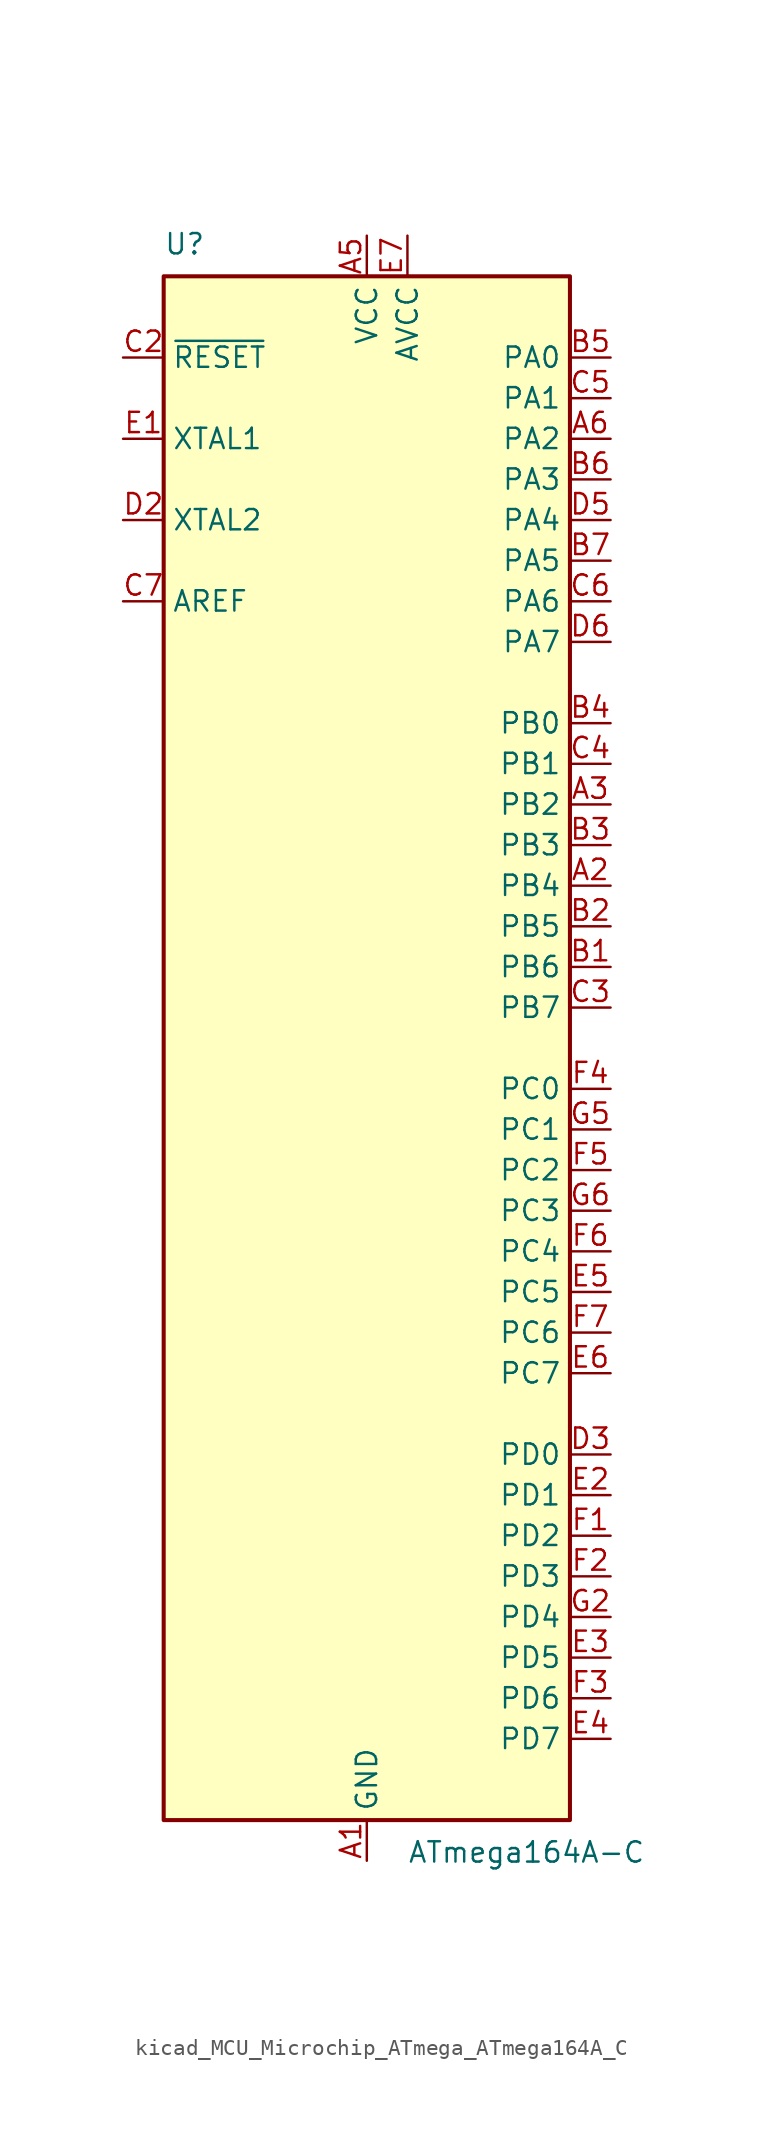
<source format=kicad_sym>
(kicad_symbol_lib
  (version 20220914)
  (generator kicad_symbol_editor)
  (symbol "kicad_MCU_Microchip_ATmega_ATmega164A_C"
    (property "Reference" "U"
      (at -12.7 49.53 0)
      (effects (font (size 1.27 1.27)) (justify left bottom)))
    (property "Value" "ATmega164A-C"
      (at 2.54 -49.53 0)
      (effects (font (size 1.27 1.27)) (justify left top)))
    (symbol "kicad_MCU_Microchip_ATmega_ATmega164A_C_0_1"
      (rectangle (start -12.7 -48.26) (end 12.7 48.26) (stroke (width 0.254) (type default)) (fill (type background))))
    (symbol "kicad_MCU_Microchip_ATmega_ATmega164A_C_1_1"
      (pin power_in line (at 0 -50.8 90) (length 2.54) (name "GND" (effects (font (size 1.27 1.27)))) (number "A1" (effects (font (size 1.27 1.27)))))
      (pin bidirectional line (at 15.24 10.16 180) (length 2.54) (name "PB4" (effects (font (size 1.27 1.27)))) (number "A2" (effects (font (size 1.27 1.27)))))
      (pin bidirectional line (at 15.24 15.24 180) (length 2.54) (name "PB2" (effects (font (size 1.27 1.27)))) (number "A3" (effects (font (size 1.27 1.27)))))
      (pin passive line (at 0 -50.8 90) (length 2.54) hide (name "GND" (effects (font (size 1.27 1.27)))) (number "A4" (effects (font (size 1.27 1.27)))))
      (pin power_in line (at 0 50.8 270) (length 2.54) (name "VCC" (effects (font (size 1.27 1.27)))) (number "A5" (effects (font (size 1.27 1.27)))))
      (pin bidirectional line (at 15.24 38.1 180) (length 2.54) (name "PA2" (effects (font (size 1.27 1.27)))) (number "A6" (effects (font (size 1.27 1.27)))))
      (pin passive line (at 0 -50.8 90) (length 2.54) hide (name "GND" (effects (font (size 1.27 1.27)))) (number "A7" (effects (font (size 1.27 1.27)))))
      (pin bidirectional line (at 15.24 5.08 180) (length 2.54) (name "PB6" (effects (font (size 1.27 1.27)))) (number "B1" (effects (font (size 1.27 1.27)))))
      (pin bidirectional line (at 15.24 7.62 180) (length 2.54) (name "PB5" (effects (font (size 1.27 1.27)))) (number "B2" (effects (font (size 1.27 1.27)))))
      (pin bidirectional line (at 15.24 12.7 180) (length 2.54) (name "PB3" (effects (font (size 1.27 1.27)))) (number "B3" (effects (font (size 1.27 1.27)))))
      (pin bidirectional line (at 15.24 20.32 180) (length 2.54) (name "PB0" (effects (font (size 1.27 1.27)))) (number "B4" (effects (font (size 1.27 1.27)))))
      (pin bidirectional line (at 15.24 43.18 180) (length 2.54) (name "PA0" (effects (font (size 1.27 1.27)))) (number "B5" (effects (font (size 1.27 1.27)))))
      (pin bidirectional line (at 15.24 35.56 180) (length 2.54) (name "PA3" (effects (font (size 1.27 1.27)))) (number "B6" (effects (font (size 1.27 1.27)))))
      (pin bidirectional line (at 15.24 30.48 180) (length 2.54) (name "PA5" (effects (font (size 1.27 1.27)))) (number "B7" (effects (font (size 1.27 1.27)))))
      (pin passive line (at 0 50.8 270) (length 2.54) hide (name "VCC" (effects (font (size 1.27 1.27)))) (number "C1" (effects (font (size 1.27 1.27)))))
      (pin input line (at -15.24 43.18 0) (length 2.54) (name "~{RESET}" (effects (font (size 1.27 1.27)))) (number "C2" (effects (font (size 1.27 1.27)))))
      (pin bidirectional line (at 15.24 2.54 180) (length 2.54) (name "PB7" (effects (font (size 1.27 1.27)))) (number "C3" (effects (font (size 1.27 1.27)))))
      (pin bidirectional line (at 15.24 17.78 180) (length 2.54) (name "PB1" (effects (font (size 1.27 1.27)))) (number "C4" (effects (font (size 1.27 1.27)))))
      (pin bidirectional line (at 15.24 40.64 180) (length 2.54) (name "PA1" (effects (font (size 1.27 1.27)))) (number "C5" (effects (font (size 1.27 1.27)))))
      (pin bidirectional line (at 15.24 27.94 180) (length 2.54) (name "PA6" (effects (font (size 1.27 1.27)))) (number "C6" (effects (font (size 1.27 1.27)))))
      (pin passive line (at -15.24 27.94 0) (length 2.54) (name "AREF" (effects (font (size 1.27 1.27)))) (number "C7" (effects (font (size 1.27 1.27)))))
      (pin passive line (at 0 -50.8 90) (length 2.54) hide (name "GND" (effects (font (size 1.27 1.27)))) (number "D1" (effects (font (size 1.27 1.27)))))
      (pin output line (at -15.24 33.02 0) (length 2.54) (name "XTAL2" (effects (font (size 1.27 1.27)))) (number "D2" (effects (font (size 1.27 1.27)))))
      (pin bidirectional line (at 15.24 -25.4 180) (length 2.54) (name "PD0" (effects (font (size 1.27 1.27)))) (number "D3" (effects (font (size 1.27 1.27)))))
      (pin passive line (at 0 -50.8 90) (length 2.54) hide (name "GND" (effects (font (size 1.27 1.27)))) (number "D4" (effects (font (size 1.27 1.27)))))
      (pin bidirectional line (at 15.24 33.02 180) (length 2.54) (name "PA4" (effects (font (size 1.27 1.27)))) (number "D5" (effects (font (size 1.27 1.27)))))
      (pin bidirectional line (at 15.24 25.4 180) (length 2.54) (name "PA7" (effects (font (size 1.27 1.27)))) (number "D6" (effects (font (size 1.27 1.27)))))
      (pin passive line (at 0 -50.8 90) (length 2.54) hide (name "GND" (effects (font (size 1.27 1.27)))) (number "D7" (effects (font (size 1.27 1.27)))))
      (pin input line (at -15.24 38.1 0) (length 2.54) (name "XTAL1" (effects (font (size 1.27 1.27)))) (number "E1" (effects (font (size 1.27 1.27)))))
      (pin bidirectional line (at 15.24 -27.94 180) (length 2.54) (name "PD1" (effects (font (size 1.27 1.27)))) (number "E2" (effects (font (size 1.27 1.27)))))
      (pin bidirectional line (at 15.24 -38.1 180) (length 2.54) (name "PD5" (effects (font (size 1.27 1.27)))) (number "E3" (effects (font (size 1.27 1.27)))))
      (pin bidirectional line (at 15.24 -43.18 180) (length 2.54) (name "PD7" (effects (font (size 1.27 1.27)))) (number "E4" (effects (font (size 1.27 1.27)))))
      (pin bidirectional line (at 15.24 -15.24 180) (length 2.54) (name "PC5" (effects (font (size 1.27 1.27)))) (number "E5" (effects (font (size 1.27 1.27)))))
      (pin bidirectional line (at 15.24 -20.32 180) (length 2.54) (name "PC7" (effects (font (size 1.27 1.27)))) (number "E6" (effects (font (size 1.27 1.27)))))
      (pin power_in line (at 2.54 50.8 270) (length 2.54) (name "AVCC" (effects (font (size 1.27 1.27)))) (number "E7" (effects (font (size 1.27 1.27)))))
      (pin bidirectional line (at 15.24 -30.48 180) (length 2.54) (name "PD2" (effects (font (size 1.27 1.27)))) (number "F1" (effects (font (size 1.27 1.27)))))
      (pin bidirectional line (at 15.24 -33.02 180) (length 2.54) (name "PD3" (effects (font (size 1.27 1.27)))) (number "F2" (effects (font (size 1.27 1.27)))))
      (pin bidirectional line (at 15.24 -40.64 180) (length 2.54) (name "PD6" (effects (font (size 1.27 1.27)))) (number "F3" (effects (font (size 1.27 1.27)))))
      (pin bidirectional line (at 15.24 -2.54 180) (length 2.54) (name "PC0" (effects (font (size 1.27 1.27)))) (number "F4" (effects (font (size 1.27 1.27)))))
      (pin bidirectional line (at 15.24 -7.62 180) (length 2.54) (name "PC2" (effects (font (size 1.27 1.27)))) (number "F5" (effects (font (size 1.27 1.27)))))
      (pin bidirectional line (at 15.24 -12.7 180) (length 2.54) (name "PC4" (effects (font (size 1.27 1.27)))) (number "F6" (effects (font (size 1.27 1.27)))))
      (pin bidirectional line (at 15.24 -17.78 180) (length 2.54) (name "PC6" (effects (font (size 1.27 1.27)))) (number "F7" (effects (font (size 1.27 1.27)))))
      (pin passive line (at 0 -50.8 90) (length 2.54) hide (name "GND" (effects (font (size 1.27 1.27)))) (number "G1" (effects (font (size 1.27 1.27)))))
      (pin bidirectional line (at 15.24 -35.56 180) (length 2.54) (name "PD4" (effects (font (size 1.27 1.27)))) (number "G2" (effects (font (size 1.27 1.27)))))
      (pin passive line (at 0 50.8 270) (length 2.54) hide (name "VCC" (effects (font (size 1.27 1.27)))) (number "G3" (effects (font (size 1.27 1.27)))))
      (pin passive line (at 0 -50.8 90) (length 2.54) hide (name "GND" (effects (font (size 1.27 1.27)))) (number "G4" (effects (font (size 1.27 1.27)))))
      (pin bidirectional line (at 15.24 -5.08 180) (length 2.54) (name "PC1" (effects (font (size 1.27 1.27)))) (number "G5" (effects (font (size 1.27 1.27)))))
      (pin bidirectional line (at 15.24 -10.16 180) (length 2.54) (name "PC3" (effects (font (size 1.27 1.27)))) (number "G6" (effects (font (size 1.27 1.27)))))
      (pin passive line (at 0 -50.8 90) (length 2.54) hide (name "GND" (effects (font (size 1.27 1.27)))) (number "G7" (effects (font (size 1.27 1.27))))))))
</source>
